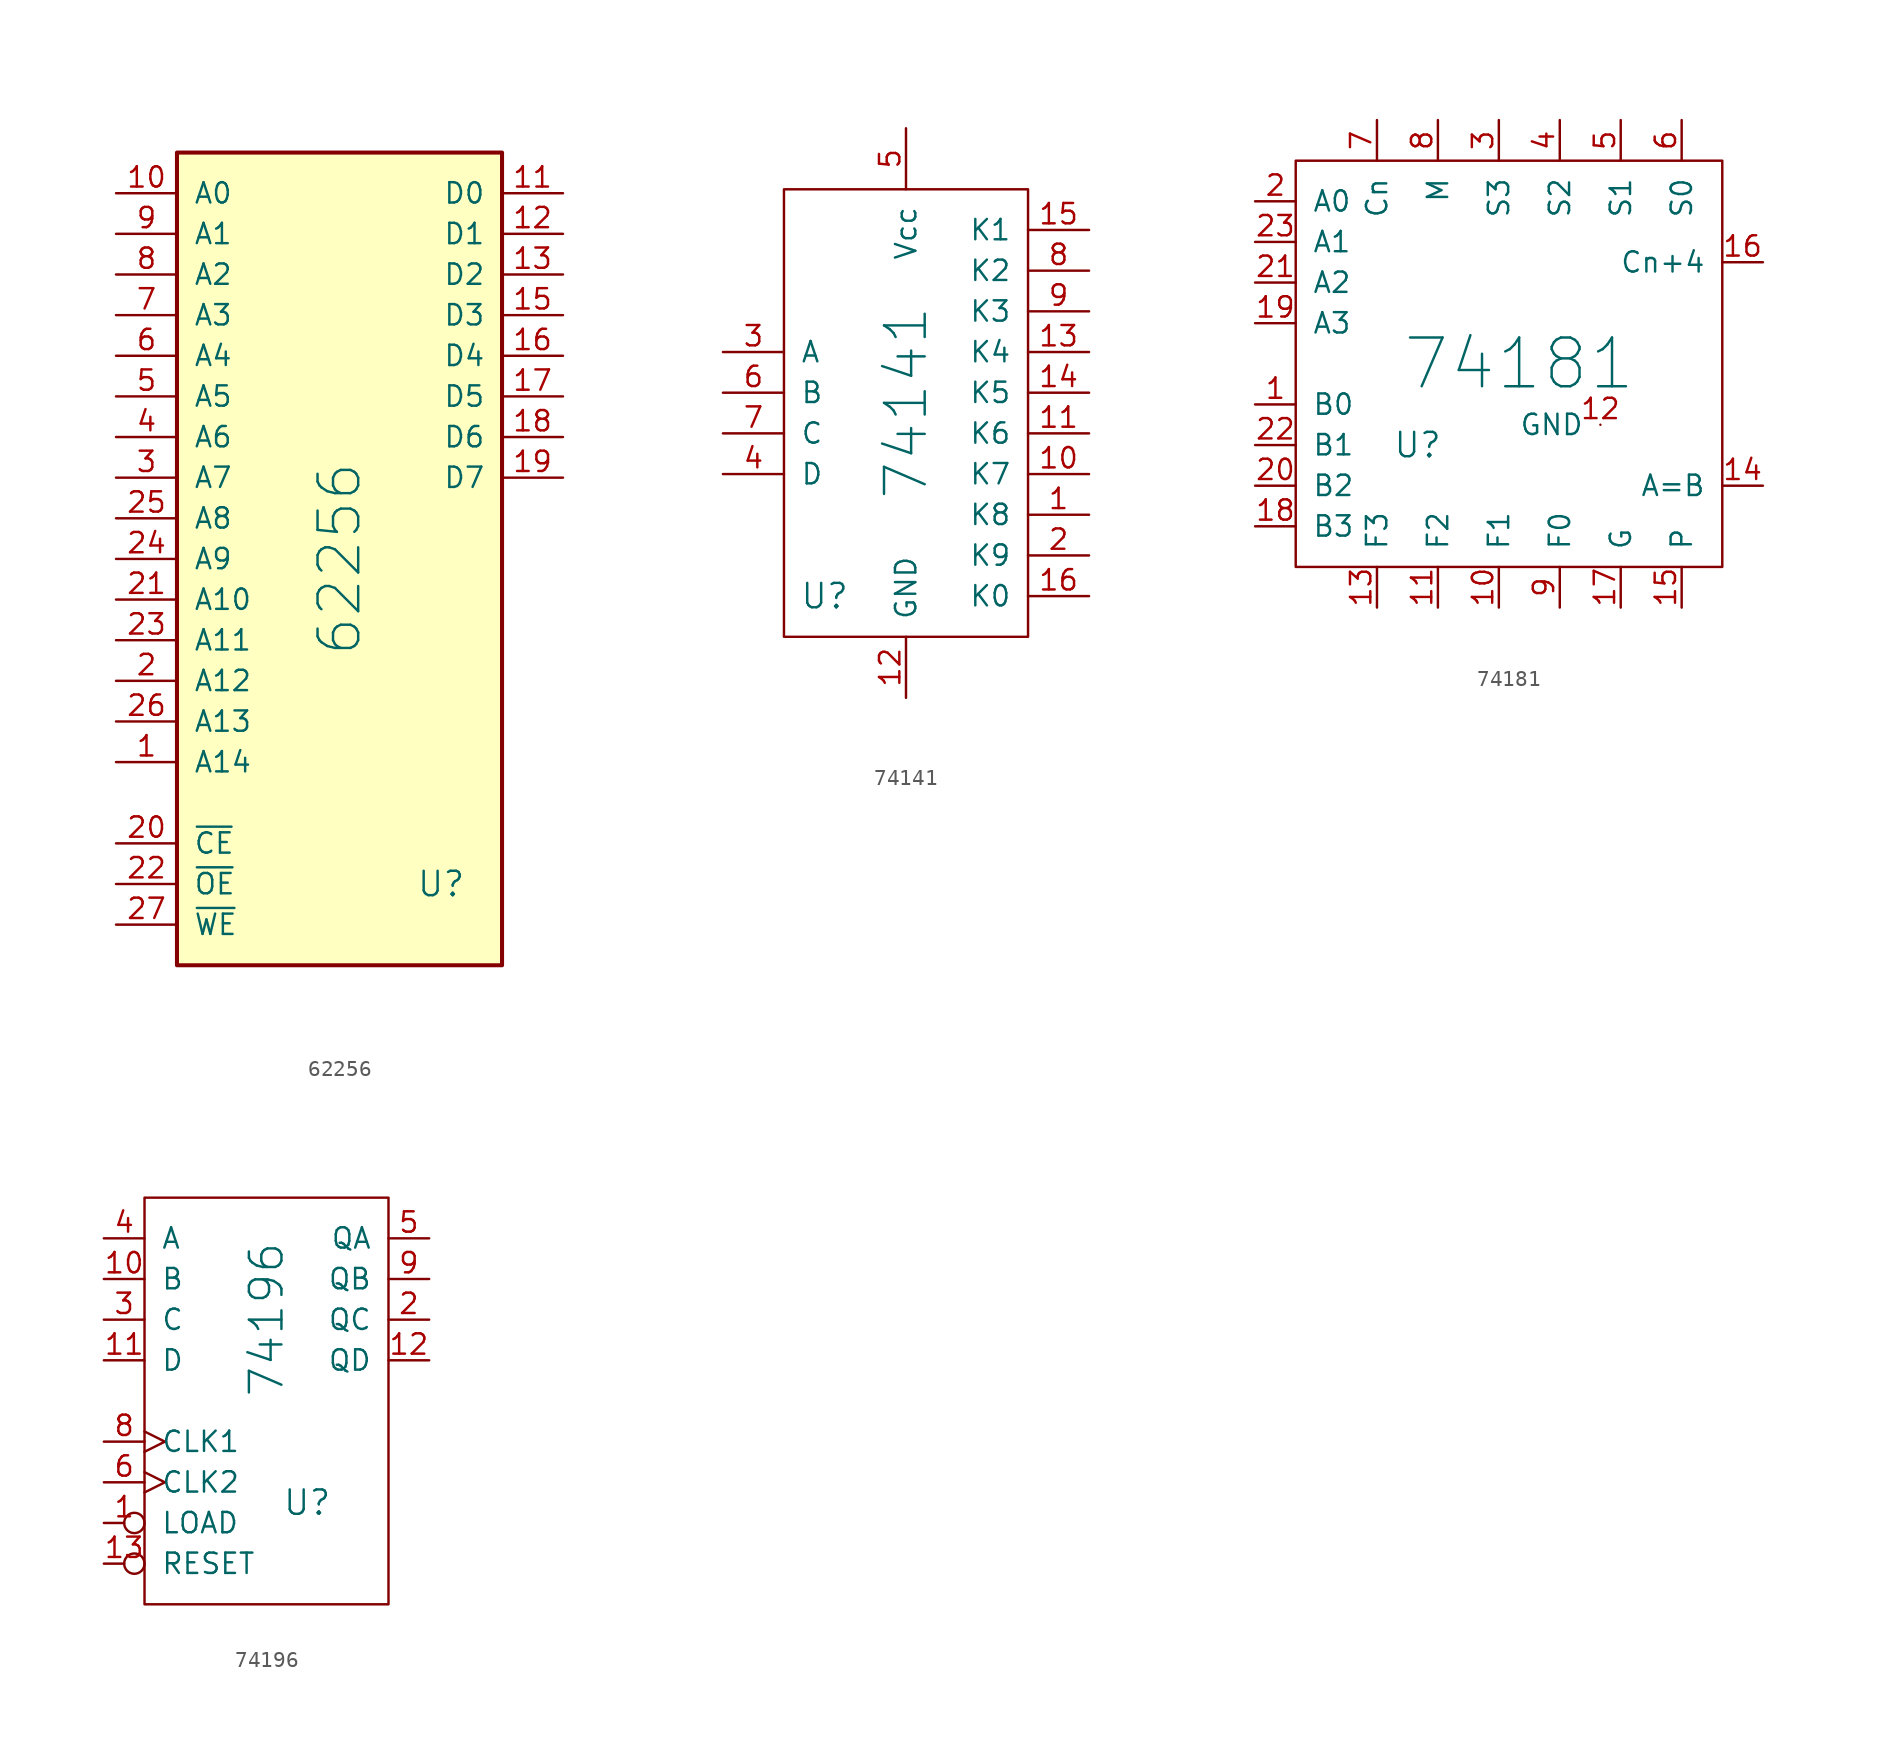
<source format=kicad_sym>
(kicad_symbol_lib
  (version 20231120)
  (generator "kicad_symbol_editor")
  (generator_version "8.0")
  (symbol "62256"
    (pin_names
      (offset 1.016))
    (property "Reference" "U"
      (at 6.35 -20.32 0)
      (effects (font (size 1.524 1.524))))
    (property "Value" "62256"
      (at 0 0 90)
      (effects (font (size 2.54 2.54))))
    (property "Footprint" ""
      (at 0 0 0)
      (effects (font (size 1.524 1.524))))
    (property "Datasheet" ""
      (at 0 0 0)
      (effects (font (size 1.524 1.524))))
    (symbol "62256_0_1"
      (rectangle (start -10.16 25.4) (end 10.16 -25.4) (stroke (width 0.254) (type default)) (fill (type background))))
    (symbol "62256_1_1"
      (pin passive line (at -13.97 -12.7 0) (length 3.81) (name "A14" (effects (font (size 1.27 1.27)))) (number "1" (effects (font (size 1.27 1.27)))))
      (pin passive line (at -13.97 22.86 0) (length 3.81) (name "A0" (effects (font (size 1.27 1.27)))) (number "10" (effects (font (size 1.27 1.27)))))
      (pin passive line (at 13.97 22.86 180) (length 3.81) (name "D0" (effects (font (size 1.27 1.27)))) (number "11" (effects (font (size 1.27 1.27)))))
      (pin passive line (at 13.97 20.32 180) (length 3.81) (name "D1" (effects (font (size 1.27 1.27)))) (number "12" (effects (font (size 1.27 1.27)))))
      (pin passive line (at 13.97 17.78 180) (length 3.81) (name "D2" (effects (font (size 1.27 1.27)))) (number "13" (effects (font (size 1.27 1.27)))))
      (pin power_in line (at 0 -25.4 90) (length 0) hide (name "GND" (effects (font (size 1.27 1.27)))) (number "14" (effects (font (size 1.27 1.27)))))
      (pin passive line (at 13.97 15.24 180) (length 3.81) (name "D3" (effects (font (size 1.27 1.27)))) (number "15" (effects (font (size 1.27 1.27)))))
      (pin passive line (at 13.97 12.7 180) (length 3.81) (name "D4" (effects (font (size 1.27 1.27)))) (number "16" (effects (font (size 1.27 1.27)))))
      (pin passive line (at 13.97 10.16 180) (length 3.81) (name "D5" (effects (font (size 1.27 1.27)))) (number "17" (effects (font (size 1.27 1.27)))))
      (pin passive line (at 13.97 7.62 180) (length 3.81) (name "D6" (effects (font (size 1.27 1.27)))) (number "18" (effects (font (size 1.27 1.27)))))
      (pin passive line (at 13.97 5.08 180) (length 3.81) (name "D7" (effects (font (size 1.27 1.27)))) (number "19" (effects (font (size 1.27 1.27)))))
      (pin passive line (at -13.97 -7.62 0) (length 3.81) (name "A12" (effects (font (size 1.27 1.27)))) (number "2" (effects (font (size 1.27 1.27)))))
      (pin passive line (at -13.97 -17.78 0) (length 3.81) (name "~{CE}" (effects (font (size 1.27 1.27)))) (number "20" (effects (font (size 1.27 1.27)))))
      (pin passive line (at -13.97 -2.54 0) (length 3.81) (name "A10" (effects (font (size 1.27 1.27)))) (number "21" (effects (font (size 1.27 1.27)))))
      (pin passive line (at -13.97 -20.32 0) (length 3.81) (name "~{OE}" (effects (font (size 1.27 1.27)))) (number "22" (effects (font (size 1.27 1.27)))))
      (pin passive line (at -13.97 -5.08 0) (length 3.81) (name "A11" (effects (font (size 1.27 1.27)))) (number "23" (effects (font (size 1.27 1.27)))))
      (pin passive line (at -13.97 0 0) (length 3.81) (name "A9" (effects (font (size 1.27 1.27)))) (number "24" (effects (font (size 1.27 1.27)))))
      (pin passive line (at -13.97 2.54 0) (length 3.81) (name "A8" (effects (font (size 1.27 1.27)))) (number "25" (effects (font (size 1.27 1.27)))))
      (pin passive line (at -13.97 -10.16 0) (length 3.81) (name "A13" (effects (font (size 1.27 1.27)))) (number "26" (effects (font (size 1.27 1.27)))))
      (pin passive line (at -13.97 -22.86 0) (length 3.81) (name "~{WE}" (effects (font (size 1.27 1.27)))) (number "27" (effects (font (size 1.27 1.27)))))
      (pin power_in line (at 0 25.4 270) (length 0) hide (name "Vcc" (effects (font (size 1.27 1.27)))) (number "28" (effects (font (size 1.27 1.27)))))
      (pin passive line (at -13.97 5.08 0) (length 3.81) (name "A7" (effects (font (size 1.27 1.27)))) (number "3" (effects (font (size 1.27 1.27)))))
      (pin passive line (at -13.97 7.62 0) (length 3.81) (name "A6" (effects (font (size 1.27 1.27)))) (number "4" (effects (font (size 1.27 1.27)))))
      (pin passive line (at -13.97 10.16 0) (length 3.81) (name "A5" (effects (font (size 1.27 1.27)))) (number "5" (effects (font (size 1.27 1.27)))))
      (pin passive line (at -13.97 12.7 0) (length 3.81) (name "A4" (effects (font (size 1.27 1.27)))) (number "6" (effects (font (size 1.27 1.27)))))
      (pin passive line (at -13.97 15.24 0) (length 3.81) (name "A3" (effects (font (size 1.27 1.27)))) (number "7" (effects (font (size 1.27 1.27)))))
      (pin passive line (at -13.97 17.78 0) (length 3.81) (name "A2" (effects (font (size 1.27 1.27)))) (number "8" (effects (font (size 1.27 1.27)))))
      (pin passive line (at -13.97 20.32 0) (length 3.81) (name "A1" (effects (font (size 1.27 1.27)))) (number "9" (effects (font (size 1.27 1.27)))))))
  (symbol "74141"
    (pin_names
      (offset 1.016))
    (property "Reference" "U"
      (at -5.08 -11.43 0)
      (effects (font (size 1.524 1.524))))
    (property "Value" "74141"
      (at 0 0.635 90)
      (effects (font (size 2.54 2.54))))
    (property "Footprint" ""
      (at 0 0 0)
      (effects (font (size 1.524 1.524))))
    (property "Datasheet" ""
      (at 0 0 0)
      (effects (font (size 1.524 1.524))))
    (symbol "74141_0_1"
      (rectangle (start 7.62 13.97) (end -7.62 -13.97) (stroke (width 0) (type default)) (fill (type none))))
    (symbol "74141_1_1"
      (pin passive line (at 11.43 -6.35 180) (length 3.81) (name "K8" (effects (font (size 1.27 1.27)))) (number "1" (effects (font (size 1.27 1.27)))))
      (pin passive line (at 11.43 -3.81 180) (length 3.81) (name "K7" (effects (font (size 1.27 1.27)))) (number "10" (effects (font (size 1.27 1.27)))))
      (pin passive line (at 11.43 -1.27 180) (length 3.81) (name "K6" (effects (font (size 1.27 1.27)))) (number "11" (effects (font (size 1.27 1.27)))))
      (pin power_in line (at 0 -17.78 90) (length 3.81) (name "GND" (effects (font (size 1.27 1.27)))) (number "12" (effects (font (size 1.27 1.27)))))
      (pin passive line (at 11.43 3.81 180) (length 3.81) (name "K4" (effects (font (size 1.27 1.27)))) (number "13" (effects (font (size 1.27 1.27)))))
      (pin passive line (at 11.43 1.27 180) (length 3.81) (name "K5" (effects (font (size 1.27 1.27)))) (number "14" (effects (font (size 1.27 1.27)))))
      (pin passive line (at 11.43 11.43 180) (length 3.81) (name "K1" (effects (font (size 1.27 1.27)))) (number "15" (effects (font (size 1.27 1.27)))))
      (pin passive line (at 11.43 -11.43 180) (length 3.81) (name "K0" (effects (font (size 1.27 1.27)))) (number "16" (effects (font (size 1.27 1.27)))))
      (pin passive line (at 11.43 -8.89 180) (length 3.81) (name "K9" (effects (font (size 1.27 1.27)))) (number "2" (effects (font (size 1.27 1.27)))))
      (pin passive line (at -11.43 3.81 0) (length 3.81) (name "A" (effects (font (size 1.27 1.27)))) (number "3" (effects (font (size 1.27 1.27)))))
      (pin passive line (at -11.43 -3.81 0) (length 3.81) (name "D" (effects (font (size 1.27 1.27)))) (number "4" (effects (font (size 1.27 1.27)))))
      (pin power_in line (at 0 17.78 270) (length 3.81) (name "Vcc" (effects (font (size 1.27 1.27)))) (number "5" (effects (font (size 1.27 1.27)))))
      (pin passive line (at -11.43 1.27 0) (length 3.81) (name "B" (effects (font (size 1.27 1.27)))) (number "6" (effects (font (size 1.27 1.27)))))
      (pin passive line (at -11.43 -1.27 0) (length 3.81) (name "C" (effects (font (size 1.27 1.27)))) (number "7" (effects (font (size 1.27 1.27)))))
      (pin passive line (at 11.43 8.89 180) (length 3.81) (name "K2" (effects (font (size 1.27 1.27)))) (number "8" (effects (font (size 1.27 1.27)))))
      (pin passive line (at 11.43 6.35 180) (length 3.81) (name "K3" (effects (font (size 1.27 1.27)))) (number "9" (effects (font (size 1.27 1.27)))))))
  (symbol "74181"
    (pin_names
      (offset 1.016))
    (property "Reference" "U"
      (at -6.35 -5.08 0)
      (effects (font (size 1.524 1.524))))
    (property "Value" "74181"
      (at 0 0 0)
      (effects (font (size 3.048 3.048))))
    (property "Footprint" ""
      (at 0 0 0)
      (effects (font (size 1.524 1.524))))
    (property "Datasheet" ""
      (at 0 0 0)
      (effects (font (size 1.524 1.524))))
    (symbol "74181_0_1"
      (rectangle (start -13.97 12.7) (end 12.7 -12.7) (stroke (width 0) (type default)) (fill (type none))))
    (symbol "74181_1_1"
      (pin passive line (at -16.51 -2.54 0) (length 2.54) (name "B0" (effects (font (size 1.27 1.27)))) (number "1" (effects (font (size 1.27 1.27)))))
      (pin passive line (at -1.27 -15.24 90) (length 2.54) (name "F1" (effects (font (size 1.27 1.27)))) (number "10" (effects (font (size 1.27 1.27)))))
      (pin passive line (at -5.08 -15.24 90) (length 2.54) (name "F2" (effects (font (size 1.27 1.27)))) (number "11" (effects (font (size 1.27 1.27)))))
      (pin power_out line (at 5.08 -3.81 180) (length 0) (name "GND" (effects (font (size 1.27 1.27)))) (number "12" (effects (font (size 1.27 1.27)))))
      (pin passive line (at -8.89 -15.24 90) (length 2.54) (name "F3" (effects (font (size 1.27 1.27)))) (number "13" (effects (font (size 1.27 1.27)))))
      (pin passive line (at 15.24 -7.62 180) (length 2.54) (name "A=B" (effects (font (size 1.27 1.27)))) (number "14" (effects (font (size 1.27 1.27)))))
      (pin passive line (at 10.16 -15.24 90) (length 2.54) (name "P" (effects (font (size 1.27 1.27)))) (number "15" (effects (font (size 1.27 1.27)))))
      (pin passive line (at 15.24 6.35 180) (length 2.54) (name "Cn+4" (effects (font (size 1.27 1.27)))) (number "16" (effects (font (size 1.27 1.27)))))
      (pin passive line (at 6.35 -15.24 90) (length 2.54) (name "G" (effects (font (size 1.27 1.27)))) (number "17" (effects (font (size 1.27 1.27)))))
      (pin passive line (at -16.51 -10.16 0) (length 2.54) (name "B3" (effects (font (size 1.27 1.27)))) (number "18" (effects (font (size 1.27 1.27)))))
      (pin passive line (at -16.51 2.54 0) (length 2.54) (name "A3" (effects (font (size 1.27 1.27)))) (number "19" (effects (font (size 1.27 1.27)))))
      (pin passive line (at -16.51 10.16 0) (length 2.54) (name "A0" (effects (font (size 1.27 1.27)))) (number "2" (effects (font (size 1.27 1.27)))))
      (pin passive line (at -16.51 -7.62 0) (length 2.54) (name "B2" (effects (font (size 1.27 1.27)))) (number "20" (effects (font (size 1.27 1.27)))))
      (pin passive line (at -16.51 5.08 0) (length 2.54) (name "A2" (effects (font (size 1.27 1.27)))) (number "21" (effects (font (size 1.27 1.27)))))
      (pin passive line (at -16.51 -5.08 0) (length 2.54) (name "B1" (effects (font (size 1.27 1.27)))) (number "22" (effects (font (size 1.27 1.27)))))
      (pin passive line (at -16.51 7.62 0) (length 2.54) (name "A1" (effects (font (size 1.27 1.27)))) (number "23" (effects (font (size 1.27 1.27)))))
      (pin power_in line (at 15.24 2.54 180) (length 0) hide (name "Vcc" (effects (font (size 1.27 1.27)))) (number "24" (effects (font (size 1.27 1.27)))))
      (pin passive line (at -1.27 15.24 270) (length 2.54) (name "S3" (effects (font (size 1.27 1.27)))) (number "3" (effects (font (size 1.27 1.27)))))
      (pin passive line (at 2.54 15.24 270) (length 2.54) (name "S2" (effects (font (size 1.27 1.27)))) (number "4" (effects (font (size 1.27 1.27)))))
      (pin passive line (at 6.35 15.24 270) (length 2.54) (name "S1" (effects (font (size 1.27 1.27)))) (number "5" (effects (font (size 1.27 1.27)))))
      (pin passive line (at 10.16 15.24 270) (length 2.54) (name "S0" (effects (font (size 1.27 1.27)))) (number "6" (effects (font (size 1.27 1.27)))))
      (pin passive line (at -8.89 15.24 270) (length 2.54) (name "Cn" (effects (font (size 1.27 1.27)))) (number "7" (effects (font (size 1.27 1.27)))))
      (pin passive line (at -5.08 15.24 270) (length 2.54) (name "M" (effects (font (size 1.27 1.27)))) (number "8" (effects (font (size 1.27 1.27)))))
      (pin passive line (at 2.54 -15.24 90) (length 2.54) (name "F0" (effects (font (size 1.27 1.27)))) (number "9" (effects (font (size 1.27 1.27)))))))
  (symbol "74196"
    (pin_names
      (offset 1.016))
    (property "Reference" "U"
      (at 2.54 -6.35 0)
      (effects (font (size 1.524 1.524))))
    (property "Value" "74196"
      (at 0 5.08 90)
      (effects (font (size 2.032 2.032))))
    (property "Footprint" ""
      (at 0 0 0)
      (effects (font (size 1.524 1.524))))
    (property "Datasheet" ""
      (at 0 0 0)
      (effects (font (size 1.524 1.524))))
    (symbol "74196_0_1"
      (rectangle (start -7.62 12.7) (end 7.62 -12.7) (stroke (width 0) (type default)) (fill (type none))))
    (symbol "74196_1_1"
      (pin passive inverted (at -10.16 -7.62 0) (length 2.54) (name "LOAD" (effects (font (size 1.27 1.27)))) (number "1" (effects (font (size 1.27 1.27)))))
      (pin passive line (at -10.16 7.62 0) (length 2.54) (name "B" (effects (font (size 1.27 1.27)))) (number "10" (effects (font (size 1.27 1.27)))))
      (pin passive line (at -10.16 2.54 0) (length 2.54) (name "D" (effects (font (size 1.27 1.27)))) (number "11" (effects (font (size 1.27 1.27)))))
      (pin passive line (at 10.16 2.54 180) (length 2.54) (name "QD" (effects (font (size 1.27 1.27)))) (number "12" (effects (font (size 1.27 1.27)))))
      (pin passive inverted (at -10.16 -10.16 0) (length 2.54) (name "RESET" (effects (font (size 1.27 1.27)))) (number "13" (effects (font (size 1.27 1.27)))))
      (pin power_in line (at 0 6.35 180) (length 0) hide (name "Vcc" (effects (font (size 1.27 1.27)))) (number "14" (effects (font (size 1.27 1.27)))))
      (pin passive line (at 10.16 5.08 180) (length 2.54) (name "QC" (effects (font (size 1.27 1.27)))) (number "2" (effects (font (size 1.27 1.27)))))
      (pin passive line (at -10.16 5.08 0) (length 2.54) (name "C" (effects (font (size 1.27 1.27)))) (number "3" (effects (font (size 1.27 1.27)))))
      (pin passive line (at -10.16 10.16 0) (length 2.54) (name "A" (effects (font (size 1.27 1.27)))) (number "4" (effects (font (size 1.27 1.27)))))
      (pin passive line (at 10.16 10.16 180) (length 2.54) (name "QA" (effects (font (size 1.27 1.27)))) (number "5" (effects (font (size 1.27 1.27)))))
      (pin passive clock (at -10.16 -5.08 0) (length 2.54) (name "CLK2" (effects (font (size 1.27 1.27)))) (number "6" (effects (font (size 1.27 1.27)))))
      (pin power_in line (at -1.27 7.62 180) (length 0) hide (name "GND" (effects (font (size 1.27 1.27)))) (number "7" (effects (font (size 1.27 1.27)))))
      (pin passive clock (at -10.16 -2.54 0) (length 2.54) (name "CLK1" (effects (font (size 1.27 1.27)))) (number "8" (effects (font (size 1.27 1.27)))))
      (pin passive line (at 10.16 7.62 180) (length 2.54) (name "QB" (effects (font (size 1.27 1.27)))) (number "9" (effects (font (size 1.27 1.27))))))))
</source>
